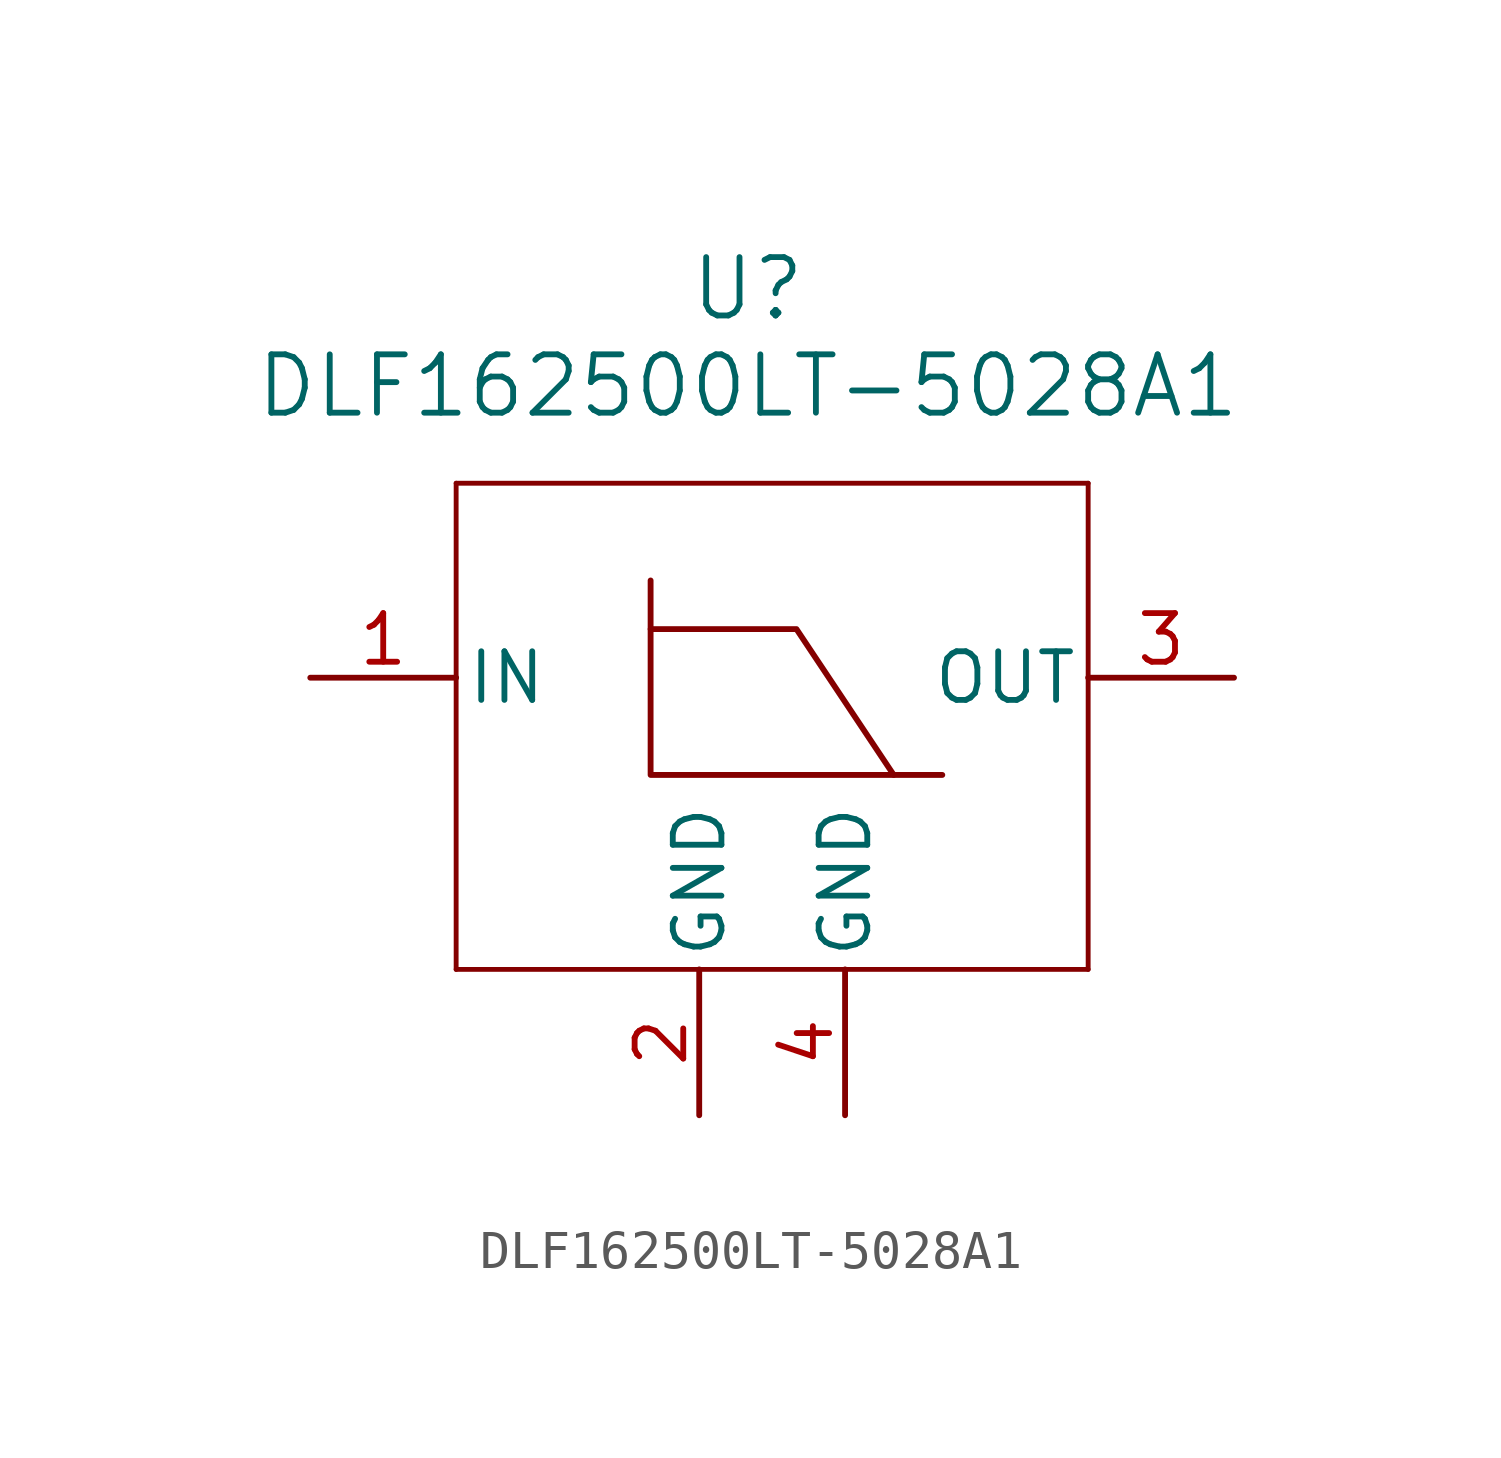
<source format=kicad_sym>
(kicad_symbol_lib
  (version 20231120)
  (generator "kicad_symbol_editor")
  (generator_version "8.0")
  (symbol "DLF162500LT-5028A1"
    (pin_names
      (offset 0.254))
    (property "Reference" "U"
      (at 7.62 5.08 0)
      (effects (font (size 1.524 1.524))))
    (property "Value" "DLF162500LT-5028A1"
      (at 7.62 2.54 0)
      (effects (font (size 1.524 1.524))))
    (property "ki_locked" ""
      (at 0 0 0)
      (effects (font (size 1.27 1.27))))
    (symbol "DLF162500LT-5028A1_0_1"
      (polyline (pts (xy 0 -12.7) (xy 16.51 -12.7)) (stroke (width 0.127) (type default)) (fill (type none)))
      (polyline (pts (xy 0 0) (xy 0 -12.7)) (stroke (width 0.127) (type default)) (fill (type none)))
      (polyline (pts (xy 16.51 -12.7) (xy 16.51 0)) (stroke (width 0.127) (type default)) (fill (type none)))
      (polyline (pts (xy 16.51 0) (xy 0 0)) (stroke (width 0.127) (type default)) (fill (type none))))
    (symbol "DLF162500LT-5028A1_1_1"
      (polyline (pts (xy 5.08 -3.81) (xy 8.89 -3.81) (xy 11.43 -7.62)) (stroke (width 0) (type default)) (fill (type none)))
      (polyline (pts (xy 5.08 -2.54) (xy 5.08 -7.62) (xy 12.7 -7.62)) (stroke (width 0) (type default)) (fill (type none)))
      (pin input line (at -3.81 -5.08 0) (length 3.81) (name "IN" (effects (font (size 1.27 1.27)))) (number "1" (effects (font (size 1.27 1.27)))))
      (pin power_in line (at 6.35 -16.51 90) (length 3.81) (name "GND" (effects (font (size 1.27 1.27)))) (number "2" (effects (font (size 1.27 1.27)))))
      (pin output line (at 20.32 -5.08 180) (length 3.81) (name "OUT" (effects (font (size 1.27 1.27)))) (number "3" (effects (font (size 1.27 1.27)))))
      (pin power_in line (at 10.16 -16.51 90) (length 3.81) (name "GND" (effects (font (size 1.27 1.27)))) (number "4" (effects (font (size 1.27 1.27))))))))
</source>
